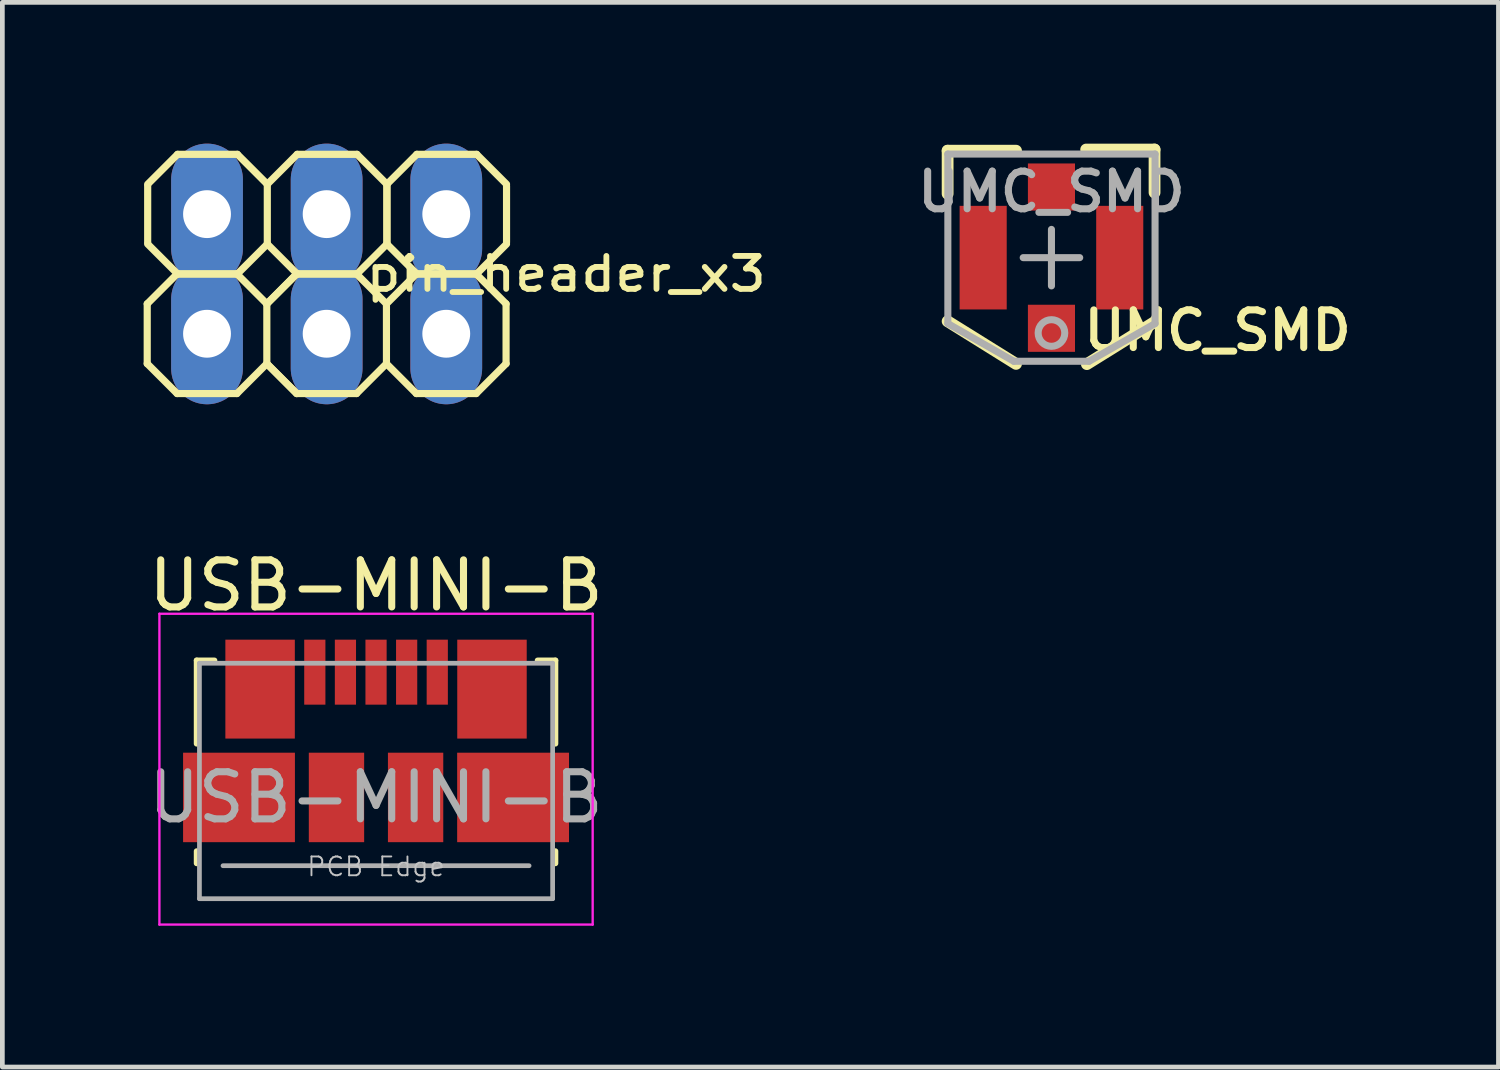
<source format=kicad_pcb>
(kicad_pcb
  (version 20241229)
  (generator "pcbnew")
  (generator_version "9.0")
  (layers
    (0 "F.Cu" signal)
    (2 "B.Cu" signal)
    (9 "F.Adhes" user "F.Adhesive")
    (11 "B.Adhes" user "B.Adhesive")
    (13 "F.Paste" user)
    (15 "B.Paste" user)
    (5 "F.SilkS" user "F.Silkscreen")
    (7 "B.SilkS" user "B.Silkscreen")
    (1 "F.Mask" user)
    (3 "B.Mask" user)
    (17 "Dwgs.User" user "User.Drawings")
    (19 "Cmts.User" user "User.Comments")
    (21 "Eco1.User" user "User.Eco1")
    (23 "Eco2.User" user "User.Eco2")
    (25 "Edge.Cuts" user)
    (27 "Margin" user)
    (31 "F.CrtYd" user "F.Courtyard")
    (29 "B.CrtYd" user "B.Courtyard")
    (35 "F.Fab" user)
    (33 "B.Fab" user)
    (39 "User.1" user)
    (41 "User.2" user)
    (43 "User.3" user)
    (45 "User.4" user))
  (footprint "UMC_SMD"
    (layer "F.Cu")
    (at 19.277 2.421)
    (property "Reference" "UMC_SMD" (at 3.528 1.547 0) (layer "F.SilkS") (effects (font (size 0.8 0.8) (thickness 0.15))))
    (attr smd)
    (fp_line (start -2.205 -2.271) (end -0.752 -2.271) (stroke (width 0.25) (type solid)) (layer "F.SilkS"))
    (fp_line (start -2.205 -1.356) (end -2.205 -2.271) (stroke (width 0.25) (type solid)) (layer "F.SilkS"))
    (fp_line (start -0.752 2.256) (end -2.205 1.351) (stroke (width 0.25) (type solid)) (layer "F.SilkS"))
    (fp_line (start 0.752 2.261) (end 2.205 1.356) (stroke (width 0.25) (type solid)) (layer "F.SilkS"))
    (fp_line (start 2.189 -2.296) (end 0.737 -2.296) (stroke (width 0.25) (type solid)) (layer "F.SilkS"))
    (fp_line (start 2.189 -1.382) (end 2.189 -2.296) (stroke (width 0.25) (type solid)) (layer "F.SilkS"))
    (fp_line (start -2.2 -2.2) (end 2.2 -2.2) (stroke (width 0.15) (type solid)) (layer "F.Fab"))
    (fp_line (start -2.2 1.4) (end -2.2 -2.2) (stroke (width 0.15) (type solid)) (layer "F.Fab"))
    (fp_line (start -0.8 2.2) (end -2.2 1.4) (stroke (width 0.15) (type solid)) (layer "F.Fab"))
    (fp_line (start -0.6 0) (end 0.6 0) (stroke (width 0.15) (type solid)) (layer "F.Fab"))
    (fp_line (start 0 -0.6) (end 0 0.6) (stroke (width 0.15) (type solid)) (layer "F.Fab"))
    (fp_line (start 0.8 2.2) (end -0.8 2.2) (stroke (width 0.15) (type solid)) (layer "F.Fab"))
    (fp_line (start 2.2 -2.2) (end 2.2 1.4) (stroke (width 0.15) (type solid)) (layer "F.Fab"))
    (fp_line (start 2.2 1.4) (end 0.8 2.2) (stroke (width 0.15) (type solid)) (layer "F.Fab"))
    (fp_circle (center 0 1.6) (end 0.2 1.4) (stroke (width 0.15) (type solid)) (fill no) (layer "F.Fab"))
    (fp_text user "${REFERENCE}" (at 0 -1.4 0) (layer "F.Fab") (effects (font (size 0.8 0.8) (thickness 0.15))))
    (pad "1" smd rect (at 0 1.5) (size 1 1) (layers "F.Cu" "F.Mask" "F.Paste"))
    (pad "2" smd rect (at 1.45 0) (size 1 2.2) (layers "F.Cu" "F.Mask" "F.Paste"))
    (pad "3" smd rect (at 0 -1.5) (size 1 1) (layers "F.Cu" "F.Mask" "F.Paste"))
    (pad "4" smd rect (at -1.45 0) (size 1 2.2) (layers "F.Cu" "F.Mask" "F.Paste")))
  (footprint "pin_header_x3"
    (layer "F.Cu")
    (at 3.891 2.767)
    (property "Reference" "pin_header_x3" (at 5.08 0 0) (layer "F.SilkS") (effects (font (size 0.699 0.798) (thickness 0.124))))
    (attr smd)
    (fp_line (start -3.815 0.635) (end -3.18 0) (stroke (width 0.152) (type solid)) (layer "F.SilkS"))
    (fp_line (start -3.815 1.905) (end -3.815 0.635) (stroke (width 0.152) (type solid)) (layer "F.SilkS"))
    (fp_line (start -3.805 -1.905) (end -3.17 -2.54) (stroke (width 0.152) (type solid)) (layer "F.SilkS"))
    (fp_line (start -3.805 -1.869) (end -3.805 -0.671) (stroke (width 0.152) (type solid)) (layer "F.SilkS"))
    (fp_line (start -3.18 0) (end -1.91 0) (stroke (width 0.152) (type solid)) (layer "F.SilkS"))
    (fp_line (start -3.18 2.54) (end -3.815 1.905) (stroke (width 0.152) (type solid)) (layer "F.SilkS"))
    (fp_line (start -3.17 -2.54) (end -1.9 -2.54) (stroke (width 0.152) (type solid)) (layer "F.SilkS"))
    (fp_line (start -3.17 0) (end -3.805 -0.635) (stroke (width 0.152) (type solid)) (layer "F.SilkS"))
    (fp_line (start -1.91 0) (end -1.275 0.635) (stroke (width 0.152) (type solid)) (layer "F.SilkS"))
    (fp_line (start -1.91 2.54) (end -3.18 2.54) (stroke (width 0.152) (type solid)) (layer "F.SilkS"))
    (fp_line (start -1.9 -2.54) (end -1.265 -1.905) (stroke (width 0.152) (type solid)) (layer "F.SilkS"))
    (fp_line (start -1.9 0) (end -3.17 0) (stroke (width 0.152) (type solid)) (layer "F.SilkS"))
    (fp_line (start -1.275 0.635) (end -0.64 0) (stroke (width 0.152) (type solid)) (layer "F.SilkS"))
    (fp_line (start -1.275 0.635) (end -0.64 0) (stroke (width 0.152) (type solid)) (layer "F.SilkS"))
    (fp_line (start -1.275 1.905) (end -1.91 2.54) (stroke (width 0.152) (type solid)) (layer "F.SilkS"))
    (fp_line (start -1.275 1.905) (end -1.275 0.635) (stroke (width 0.152) (type solid)) (layer "F.SilkS"))
    (fp_line (start -1.265 -1.905) (end -1.265 -0.635) (stroke (width 0.152) (type solid)) (layer "F.SilkS"))
    (fp_line (start -1.265 -1.905) (end -0.63 -2.54) (stroke (width 0.152) (type solid)) (layer "F.SilkS"))
    (fp_line (start -1.265 -0.635) (end -1.9 0) (stroke (width 0.152) (type solid)) (layer "F.SilkS"))
    (fp_line (start -0.64 0) (end 0.63 0) (stroke (width 0.152) (type solid)) (layer "F.SilkS"))
    (fp_line (start -0.64 2.54) (end -1.275 1.905) (stroke (width 0.152) (type solid)) (layer "F.SilkS"))
    (fp_line (start -0.64 2.54) (end -1.275 1.905) (stroke (width 0.152) (type solid)) (layer "F.SilkS"))
    (fp_line (start -0.63 -2.54) (end 0.64 -2.54) (stroke (width 0.152) (type solid)) (layer "F.SilkS"))
    (fp_line (start -0.63 0) (end -1.265 -0.635) (stroke (width 0.152) (type solid)) (layer "F.SilkS"))
    (fp_line (start 0.63 0) (end 1.265 0.635) (stroke (width 0.152) (type solid)) (layer "F.SilkS"))
    (fp_line (start 0.63 2.54) (end -0.64 2.54) (stroke (width 0.152) (type solid)) (layer "F.SilkS"))
    (fp_line (start 0.64 -2.54) (end 1.275 -1.905) (stroke (width 0.152) (type solid)) (layer "F.SilkS"))
    (fp_line (start 0.64 0) (end -0.63 0) (stroke (width 0.152) (type solid)) (layer "F.SilkS"))
    (fp_line (start 1.265 0.635) (end 1.9 0) (stroke (width 0.152) (type solid)) (layer "F.SilkS"))
    (fp_line (start 1.265 0.671) (end 1.265 1.869) (stroke (width 0.152) (type solid)) (layer "F.SilkS"))
    (fp_line (start 1.265 1.905) (end 0.63 2.54) (stroke (width 0.152) (type solid)) (layer "F.SilkS"))
    (fp_line (start 1.275 -1.905) (end 1.275 -0.635) (stroke (width 0.152) (type solid)) (layer "F.SilkS"))
    (fp_line (start 1.275 -1.905) (end 1.91 -2.54) (stroke (width 0.152) (type solid)) (layer "F.SilkS"))
    (fp_line (start 1.275 -1.869) (end 1.275 -0.671) (stroke (width 0.152) (type solid)) (layer "F.SilkS"))
    (fp_line (start 1.275 -0.635) (end 0.64 0) (stroke (width 0.152) (type solid)) (layer "F.SilkS"))
    (fp_line (start 1.9 0) (end 3.17 0) (stroke (width 0.152) (type solid)) (layer "F.SilkS"))
    (fp_line (start 1.9 2.54) (end 1.265 1.905) (stroke (width 0.152) (type solid)) (layer "F.SilkS"))
    (fp_line (start 1.91 -2.54) (end 3.18 -2.54) (stroke (width 0.152) (type solid)) (layer "F.SilkS"))
    (fp_line (start 1.91 0) (end 1.275 -0.635) (stroke (width 0.152) (type solid)) (layer "F.SilkS"))
    (fp_line (start 3.17 0) (end 3.805 0.635) (stroke (width 0.152) (type solid)) (layer "F.SilkS"))
    (fp_line (start 3.17 2.54) (end 1.9 2.54) (stroke (width 0.152) (type solid)) (layer "F.SilkS"))
    (fp_line (start 3.18 -2.54) (end 3.815 -1.905) (stroke (width 0.152) (type solid)) (layer "F.SilkS"))
    (fp_line (start 3.18 0) (end 1.91 0) (stroke (width 0.152) (type solid)) (layer "F.SilkS"))
    (fp_line (start 3.805 0.635) (end 3.805 1.905) (stroke (width 0.152) (type solid)) (layer "F.SilkS"))
    (fp_line (start 3.805 1.905) (end 3.17 2.54) (stroke (width 0.152) (type solid)) (layer "F.SilkS"))
    (fp_line (start 3.815 -1.869) (end 3.815 -0.671) (stroke (width 0.152) (type solid)) (layer "F.SilkS"))
    (fp_line (start 3.815 -0.635) (end 3.18 0) (stroke (width 0.152) (type solid)) (layer "F.SilkS"))
    (pad "1" thru_hole oval (at -2.545 1.27) (size 1.524 2.995) (drill 1.016) (layers "*.Cu" "*.Mask" "B.Paste"))
    (pad "2" thru_hole oval (at -0.005 1.27) (size 1.524 2.995) (drill 1.016) (layers "*.Cu" "*.Mask" "B.Paste"))
    (pad "3" thru_hole oval (at 2.535 1.27) (size 1.524 2.995) (drill 1.016) (layers "*.Cu" "*.Mask" "B.Paste"))
    (pad "4" thru_hole oval (at -2.545 -1.27) (size 1.524 2.995) (drill 1.016) (layers "*.Cu" "*.Mask" "B.Paste"))
    (pad "5" thru_hole oval (at -0.005 -1.27) (size 1.524 2.995) (drill 1.016) (layers "*.Cu" "*.Mask" "B.Paste"))
    (pad "6" thru_hole oval (at 2.535 -1.27) (size 1.524 2.995) (drill 1.016) (layers "*.Cu" "*.Mask" "B.Paste")))
  (footprint "USB-MINI-B"
    (layer "F.Cu")
    (at 4.935 13.883)
    (property "Reference" "USB-MINI-B" (at 0 -4.5 180) (layer "F.SilkS") (effects (font (size 1 1) (thickness 0.15))))
    (attr smd)
    (fp_line (start -3.81 -2.91) (end -3.43 -2.91) (stroke (width 0.12) (type solid)) (layer "F.SilkS"))
    (fp_line (start -3.81 -1.14) (end -3.81 -2.91) (stroke (width 0.12) (type solid)) (layer "F.SilkS"))
    (fp_line (start -3.81 1.4) (end -3.81 1.14) (stroke (width 0.12) (type solid)) (layer "F.SilkS"))
    (fp_line (start 3.81 -2.91) (end 3.43 -2.91) (stroke (width 0.12) (type solid)) (layer "F.SilkS"))
    (fp_line (start 3.81 -2.91) (end 3.81 -1.14) (stroke (width 0.12) (type solid)) (layer "F.SilkS"))
    (fp_line (start 3.81 1.14) (end 3.81 1.4) (stroke (width 0.12) (type solid)) (layer "F.SilkS"))
    (fp_line (start -4.6 -3.9) (end 4.6 -3.9) (stroke (width 0.05) (type solid)) (layer "F.CrtYd"))
    (fp_line (start -4.6 2.7) (end -4.6 -3.9) (stroke (width 0.05) (type solid)) (layer "F.CrtYd"))
    (fp_line (start 4.6 -3.9) (end 4.6 2.7) (stroke (width 0.05) (type solid)) (layer "F.CrtYd"))
    (fp_line (start 4.6 2.7) (end -4.6 2.7) (stroke (width 0.05) (type solid)) (layer "F.CrtYd"))
    (fp_line (start -3.75 -2.85) (end 3.75 -2.85) (stroke (width 0.1) (type solid)) (layer "F.Fab"))
    (fp_line (start -3.75 2.15) (end -3.75 -2.85) (stroke (width 0.1) (type solid)) (layer "F.Fab"))
    (fp_line (start -3.25 1.45) (end 3.25 1.45) (stroke (width 0.1) (type solid)) (layer "F.Fab"))
    (fp_line (start 3.75 -2.85) (end 3.75 2.15) (stroke (width 0.1) (type solid)) (layer "F.Fab"))
    (fp_line (start 3.75 2.15) (end -3.75 2.15) (stroke (width 0.1) (type solid)) (layer "F.Fab"))
    (fp_text user "PCB Edge" (at 0 1.47 180) (layer "Dwgs.User") (effects (font (size 0.4 0.4) (thickness 0.04))))
    (fp_text user "${REFERENCE}" (at 0 0 0) (layer "F.Fab") (effects (font (size 1 1) (thickness 0.15))))
    (pad "1" smd rect (at -1.3 -2.66) (size 0.45 1.38) (layers "F.Cu" "F.Mask" "F.Paste"))
    (pad "2" smd rect (at -0.65 -2.66) (size 0.45 1.38) (layers "F.Cu" "F.Mask" "F.Paste"))
    (pad "3" smd rect (at 0 -2.66) (size 0.45 1.38) (layers "F.Cu" "F.Mask" "F.Paste"))
    (pad "4" smd rect (at 0.65 -2.66) (size 0.45 1.38) (layers "F.Cu" "F.Mask" "F.Paste"))
    (pad "5" smd rect (at 1.3 -2.66) (size 0.45 1.38) (layers "F.Cu" "F.Mask" "F.Paste"))
    (pad "6" smd rect (at -2.91 0) (size 2.375 1.9) (layers "F.Cu" "F.Mask" "F.Paste"))
    (pad "6" smd rect (at -2.462 -2.3) (size 1.475 2.1) (layers "F.Cu" "F.Mask" "F.Paste"))
    (pad "6" smd rect (at -0.84 0) (size 1.175 1.9) (layers "F.Cu" "F.Mask" "F.Paste"))
    (pad "6" smd rect (at 0.84 0) (size 1.175 1.9) (layers "F.Cu" "F.Mask" "F.Paste"))
    (pad "6" smd rect (at 2.462 -2.3) (size 1.475 2.1) (layers "F.Cu" "F.Mask" "F.Paste"))
    (pad "6" smd rect (at 2.91 0) (size 2.375 1.9) (layers "F.Cu" "F.Mask" "F.Paste")))
  (gr_rect
    (start -3 -3)
    (end 28.769 19.608)
    (stroke (width 0.1) (type default))
    (fill no)
    (layer "Edge.Cuts")))
</source>
